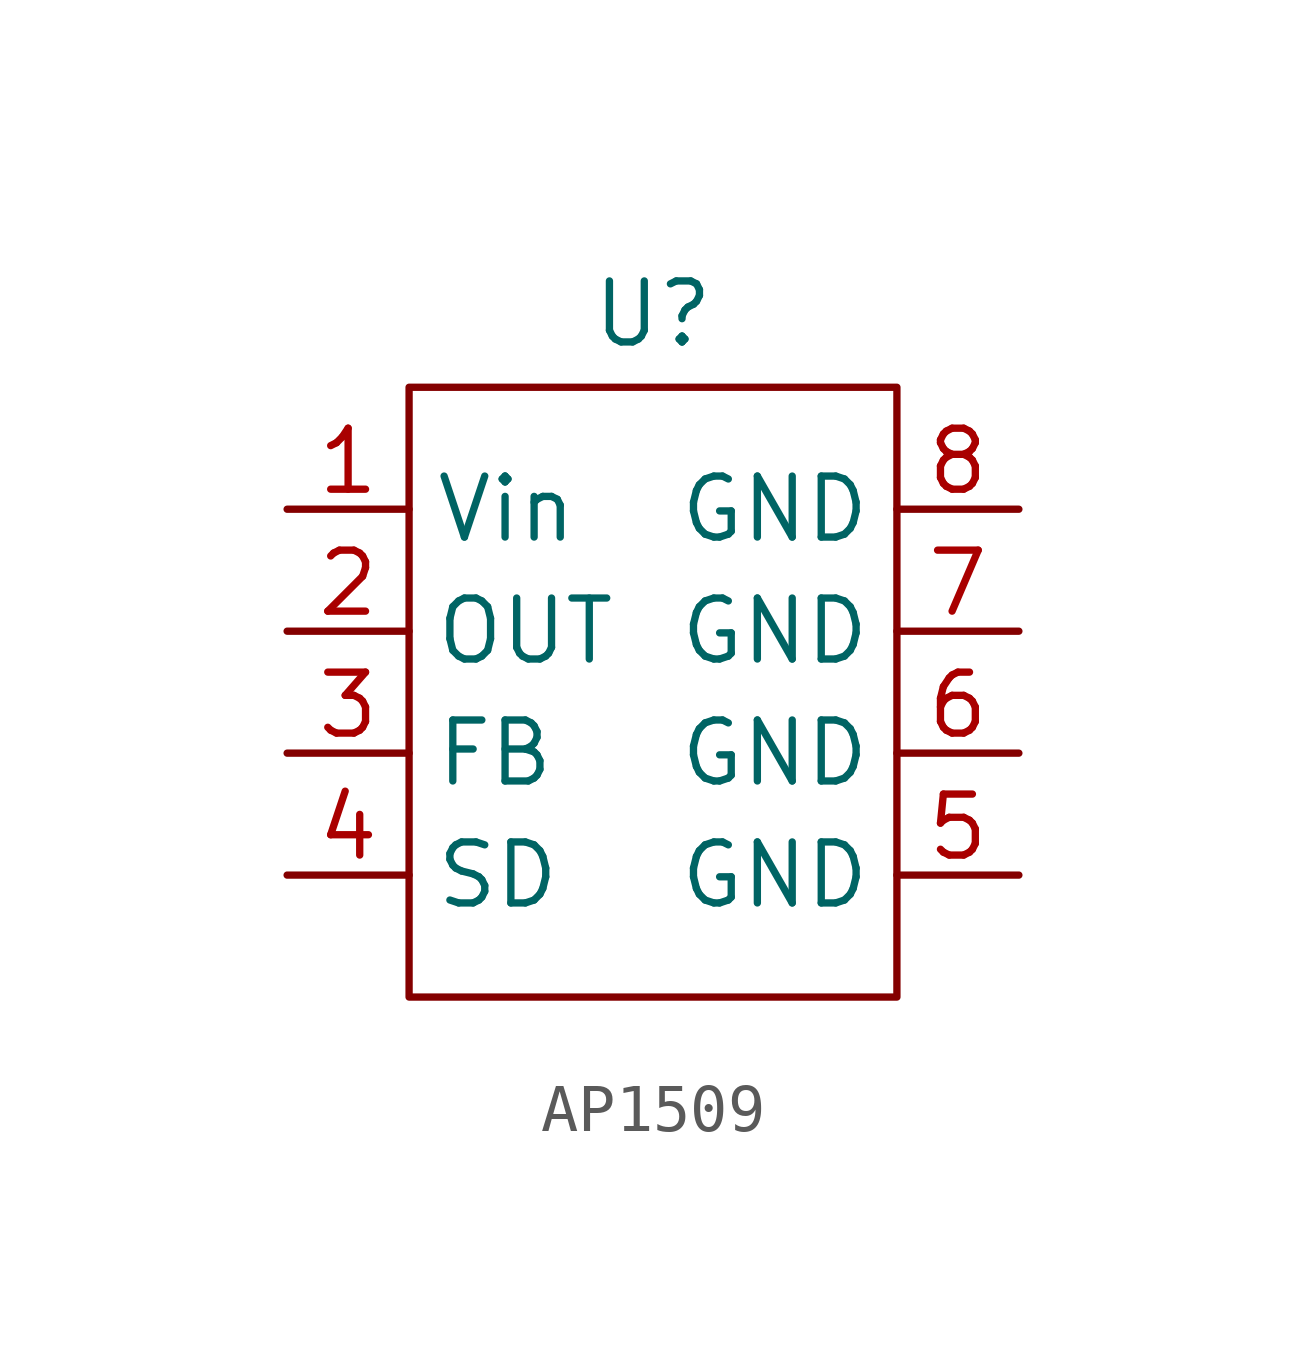
<source format=kicad_sym>
(kicad_symbol_lib
  (version 20241209)
  (generator "kicad_symbol_editor")
  (generator_version "9.0")
  (symbol "AP1509"
    (property "Reference" "U"
      (at 0 7.874 0)
      (effects (font (size 1.27 1.27))))
    (property "Value" ""
      (at 0 0 0)
      (effects (font (size 1.27 1.27))))
    (symbol "AP1509_0_1"
      (rectangle (start -5.08 6.35) (end 5.08 -6.35) (stroke (width 0) (type default)) (fill (type none))))
    (symbol "AP1509_1_1"
      (pin input line (at -7.62 3.81 0) (length 2.54) (name "Vin" (effects (font (size 1.27 1.27)))) (number "1" (effects (font (size 1.27 1.27)))))
      (pin output line (at -7.62 1.27 0) (length 2.54) (name "OUT" (effects (font (size 1.27 1.27)))) (number "2" (effects (font (size 1.27 1.27)))))
      (pin input line (at -7.62 -1.27 0) (length 2.54) (name "FB" (effects (font (size 1.27 1.27)))) (number "3" (effects (font (size 1.27 1.27)))))
      (pin input line (at -7.62 -3.81 0) (length 2.54) (name "SD" (effects (font (size 1.27 1.27)))) (number "4" (effects (font (size 1.27 1.27)))))
      (pin passive line (at 7.62 3.81 180) (length 2.54) (name "GND" (effects (font (size 1.27 1.27)))) (number "8" (effects (font (size 1.27 1.27)))))
      (pin passive line (at 7.62 1.27 180) (length 2.54) (name "GND" (effects (font (size 1.27 1.27)))) (number "7" (effects (font (size 1.27 1.27)))))
      (pin passive line (at 7.62 -1.27 180) (length 2.54) (name "GND" (effects (font (size 1.27 1.27)))) (number "6" (effects (font (size 1.27 1.27)))))
      (pin passive line (at 7.62 -3.81 180) (length 2.54) (name "GND" (effects (font (size 1.27 1.27)))) (number "5" (effects (font (size 1.27 1.27))))))))
</source>
